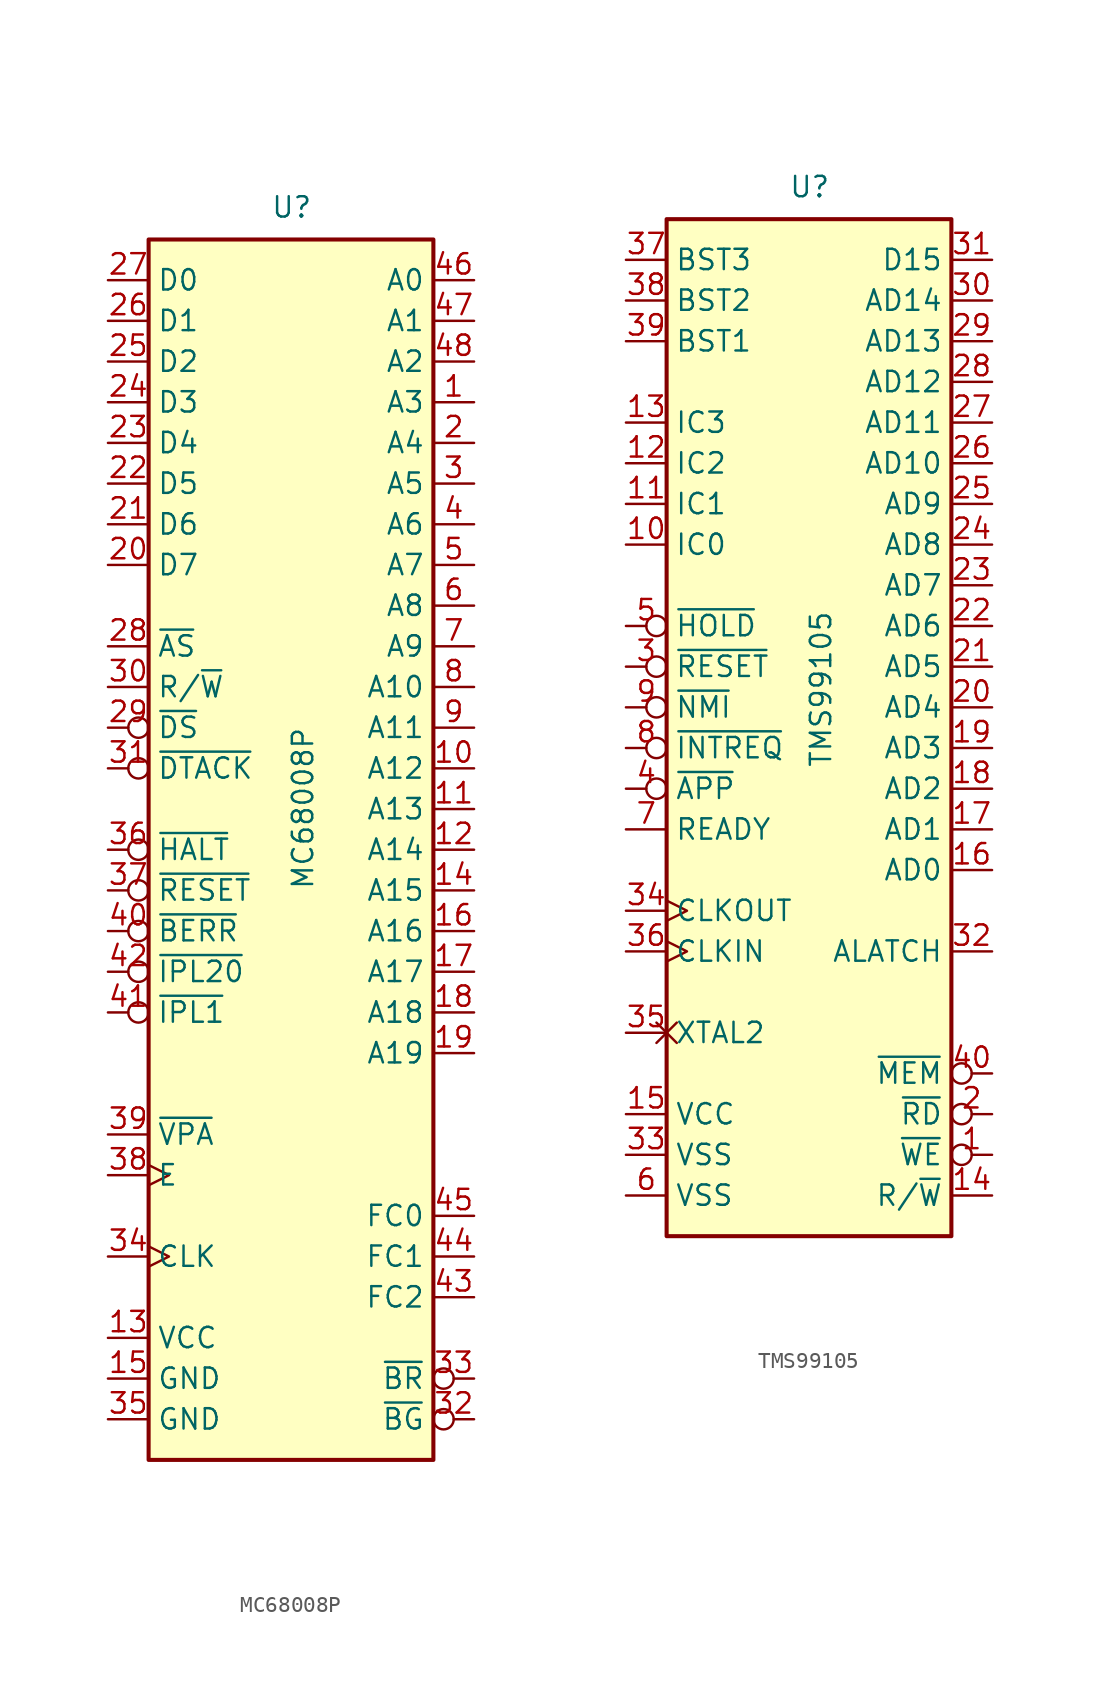
<source format=kicad_sym>
(kicad_symbol_lib
  (version 20211014)
  (generator kicad_symbol_editor)
  (symbol "MC68008P"
    (property "Reference" "U"
      (at -1.27 39.37 0)
      (effects (font (size 1.27 1.27)) (justify left bottom)))
    (property "Value" "MC68008P"
      (at 0 -2.54 90)
      (effects (font (size 1.27 1.27)) (justify left top)))
    (symbol "MC68008P_0_0"
      (pin output line (at 11.43 -5.08 180) (length 2.54) (name "A16" (effects (font (size 1.27 1.27)))) (number "16" (effects (font (size 1.27 1.27)))))
      (pin output line (at 11.43 -7.62 180) (length 2.54) (name "A17" (effects (font (size 1.27 1.27)))) (number "17" (effects (font (size 1.27 1.27)))))
      (pin output line (at 11.43 -10.16 180) (length 2.54) (name "A18" (effects (font (size 1.27 1.27)))) (number "18" (effects (font (size 1.27 1.27)))))
      (pin output line (at 11.43 -12.7 180) (length 2.54) (name "A19" (effects (font (size 1.27 1.27)))) (number "19" (effects (font (size 1.27 1.27)))))
      (pin input inverted (at -11.43 5.08 0) (length 2.54) (name "~{DTACK}" (effects (font (size 1.27 1.27)))) (number "31" (effects (font (size 1.27 1.27)))))
      (pin input inverted (at -11.43 -5.08 0) (length 2.54) (name "~{BERR}" (effects (font (size 1.27 1.27)))) (number "40" (effects (font (size 1.27 1.27)))))
      (pin output line (at 11.43 -27.94 180) (length 2.54) (name "FC2" (effects (font (size 1.27 1.27)))) (number "43" (effects (font (size 1.27 1.27)))))
      (pin output line (at 11.43 -25.4 180) (length 2.54) (name "FC1" (effects (font (size 1.27 1.27)))) (number "44" (effects (font (size 1.27 1.27))))))
    (symbol "MC68008P_0_1"
      (rectangle (start -8.89 -38.1) (end 8.89 38.1) (stroke (width 0.254) (type default) (color 0 0 0 0)) (fill (type background))))
    (symbol "MC68008P_1_1"
      (pin output line (at 11.43 27.94 180) (length 2.54) (name "A3" (effects (font (size 1.27 1.27)))) (number "1" (effects (font (size 1.27 1.27)))))
      (pin output line (at 11.43 5.08 180) (length 2.54) (name "A12" (effects (font (size 1.27 1.27)))) (number "10" (effects (font (size 1.27 1.27)))))
      (pin output line (at 11.43 2.54 180) (length 2.54) (name "A13" (effects (font (size 1.27 1.27)))) (number "11" (effects (font (size 1.27 1.27)))))
      (pin output line (at 11.43 0 180) (length 2.54) (name "A14" (effects (font (size 1.27 1.27)))) (number "12" (effects (font (size 1.27 1.27)))))
      (pin power_in line (at -11.43 -30.48 0) (length 2.54) (name "VCC" (effects (font (size 1.27 1.27)))) (number "13" (effects (font (size 1.27 1.27)))))
      (pin output line (at 11.43 -2.54 180) (length 2.54) (name "A15" (effects (font (size 1.27 1.27)))) (number "14" (effects (font (size 1.27 1.27)))))
      (pin power_in line (at -11.43 -33.02 0) (length 2.54) (name "GND" (effects (font (size 1.27 1.27)))) (number "15" (effects (font (size 1.27 1.27)))))
      (pin output line (at 11.43 25.4 180) (length 2.54) (name "A4" (effects (font (size 1.27 1.27)))) (number "2" (effects (font (size 1.27 1.27)))))
      (pin bidirectional line (at -11.43 17.78 0) (length 2.54) (name "D7" (effects (font (size 1.27 1.27)))) (number "20" (effects (font (size 1.27 1.27)))))
      (pin bidirectional line (at -11.43 20.32 0) (length 2.54) (name "D6" (effects (font (size 1.27 1.27)))) (number "21" (effects (font (size 1.27 1.27)))))
      (pin bidirectional line (at -11.43 22.86 0) (length 2.54) (name "D5" (effects (font (size 1.27 1.27)))) (number "22" (effects (font (size 1.27 1.27)))))
      (pin bidirectional line (at -11.43 25.4 0) (length 2.54) (name "D4" (effects (font (size 1.27 1.27)))) (number "23" (effects (font (size 1.27 1.27)))))
      (pin bidirectional line (at -11.43 27.94 0) (length 2.54) (name "D3" (effects (font (size 1.27 1.27)))) (number "24" (effects (font (size 1.27 1.27)))))
      (pin bidirectional line (at -11.43 30.48 0) (length 2.54) (name "D2" (effects (font (size 1.27 1.27)))) (number "25" (effects (font (size 1.27 1.27)))))
      (pin bidirectional line (at -11.43 33.02 0) (length 2.54) (name "D1" (effects (font (size 1.27 1.27)))) (number "26" (effects (font (size 1.27 1.27)))))
      (pin bidirectional line (at -11.43 35.56 0) (length 2.54) (name "D0" (effects (font (size 1.27 1.27)))) (number "27" (effects (font (size 1.27 1.27)))))
      (pin output line (at -11.43 12.7 0) (length 2.54) (name "~{AS}" (effects (font (size 1.27 1.27)))) (number "28" (effects (font (size 1.27 1.27)))))
      (pin output inverted (at -11.43 7.62 0) (length 2.54) (name "~{DS}" (effects (font (size 1.27 1.27)))) (number "29" (effects (font (size 1.27 1.27)))))
      (pin output line (at 11.43 22.86 180) (length 2.54) (name "A5" (effects (font (size 1.27 1.27)))) (number "3" (effects (font (size 1.27 1.27)))))
      (pin output line (at -11.43 10.16 0) (length 2.54) (name "R/~{W}" (effects (font (size 1.27 1.27)))) (number "30" (effects (font (size 1.27 1.27)))))
      (pin output inverted (at 11.43 -35.56 180) (length 2.54) (name "~{BG}" (effects (font (size 1.27 1.27)))) (number "32" (effects (font (size 1.27 1.27)))))
      (pin input inverted (at 11.43 -33.02 180) (length 2.54) (name "~{BR}" (effects (font (size 1.27 1.27)))) (number "33" (effects (font (size 1.27 1.27)))))
      (pin input clock (at -11.43 -25.4 0) (length 2.54) (name "CLK" (effects (font (size 1.27 1.27)))) (number "34" (effects (font (size 1.27 1.27)))))
      (pin power_in line (at -11.43 -35.56 0) (length 2.54) (name "GND" (effects (font (size 1.27 1.27)))) (number "35" (effects (font (size 1.27 1.27)))))
      (pin bidirectional inverted (at -11.43 0 0) (length 2.54) (name "~{HALT}" (effects (font (size 1.27 1.27)))) (number "36" (effects (font (size 1.27 1.27)))))
      (pin bidirectional inverted (at -11.43 -2.54 0) (length 2.54) (name "~{RESET}" (effects (font (size 1.27 1.27)))) (number "37" (effects (font (size 1.27 1.27)))))
      (pin output clock (at -11.43 -20.32 0) (length 2.54) (name "E" (effects (font (size 1.27 1.27)))) (number "38" (effects (font (size 1.27 1.27)))))
      (pin output line (at -11.43 -17.78 0) (length 2.54) (name "~{VPA}" (effects (font (size 1.27 1.27)))) (number "39" (effects (font (size 1.27 1.27)))))
      (pin output line (at 11.43 20.32 180) (length 2.54) (name "A6" (effects (font (size 1.27 1.27)))) (number "4" (effects (font (size 1.27 1.27)))))
      (pin input inverted (at -11.43 -10.16 0) (length 2.54) (name "~{IPL1}" (effects (font (size 1.27 1.27)))) (number "41" (effects (font (size 1.27 1.27)))))
      (pin input inverted (at -11.43 -7.62 0) (length 2.54) (name "~{IPL20}" (effects (font (size 1.27 1.27)))) (number "42" (effects (font (size 1.27 1.27)))))
      (pin output line (at 11.43 -22.86 180) (length 2.54) (name "FC0" (effects (font (size 1.27 1.27)))) (number "45" (effects (font (size 1.27 1.27)))))
      (pin output line (at 11.43 35.56 180) (length 2.54) (name "A0" (effects (font (size 1.27 1.27)))) (number "46" (effects (font (size 1.27 1.27)))))
      (pin output line (at 11.43 33.02 180) (length 2.54) (name "A1" (effects (font (size 1.27 1.27)))) (number "47" (effects (font (size 1.27 1.27)))))
      (pin output line (at 11.43 30.48 180) (length 2.54) (name "A2" (effects (font (size 1.27 1.27)))) (number "48" (effects (font (size 1.27 1.27)))))
      (pin output line (at 11.43 17.78 180) (length 2.54) (name "A7" (effects (font (size 1.27 1.27)))) (number "5" (effects (font (size 1.27 1.27)))))
      (pin output line (at 11.43 15.24 180) (length 2.54) (name "A8" (effects (font (size 1.27 1.27)))) (number "6" (effects (font (size 1.27 1.27)))))
      (pin output line (at 11.43 12.7 180) (length 2.54) (name "A9" (effects (font (size 1.27 1.27)))) (number "7" (effects (font (size 1.27 1.27)))))
      (pin output line (at 11.43 10.16 180) (length 2.54) (name "A10" (effects (font (size 1.27 1.27)))) (number "8" (effects (font (size 1.27 1.27)))))
      (pin output line (at 11.43 7.62 180) (length 2.54) (name "A11" (effects (font (size 1.27 1.27)))) (number "9" (effects (font (size 1.27 1.27)))))))
  (symbol "TMS99105"
    (property "Reference" "U"
      (at -1.27 31.75 0)
      (effects (font (size 1.27 1.27)) (justify left bottom)))
    (property "Value" "TMS99105"
      (at 0 -3.81 90)
      (effects (font (size 1.27 1.27)) (justify left top)))
    (symbol "TMS99105_0_1"
      (rectangle (start -8.89 -33.02) (end 8.89 30.48) (stroke (width 0.254) (type default) (color 0 0 0 0)) (fill (type background))))
    (symbol "TMS99105_1_1"
      (pin output inverted (at 11.43 -27.94 180) (length 2.54) (name "~{WE}" (effects (font (size 1.27 1.27)))) (number "1" (effects (font (size 1.27 1.27)))))
      (pin input line (at -11.43 10.16 0) (length 2.54) (name "IC0" (effects (font (size 1.27 1.27)))) (number "10" (effects (font (size 1.27 1.27)))))
      (pin input line (at -11.43 12.7 0) (length 2.54) (name "IC1" (effects (font (size 1.27 1.27)))) (number "11" (effects (font (size 1.27 1.27)))))
      (pin input line (at -11.43 15.24 0) (length 2.54) (name "IC2" (effects (font (size 1.27 1.27)))) (number "12" (effects (font (size 1.27 1.27)))))
      (pin input line (at -11.43 17.78 0) (length 2.54) (name "IC3" (effects (font (size 1.27 1.27)))) (number "13" (effects (font (size 1.27 1.27)))))
      (pin output line (at 11.43 -30.48 180) (length 2.54) (name "R/~{W}" (effects (font (size 1.27 1.27)))) (number "14" (effects (font (size 1.27 1.27)))))
      (pin power_in line (at -11.43 -25.4 0) (length 2.54) (name "VCC" (effects (font (size 1.27 1.27)))) (number "15" (effects (font (size 1.27 1.27)))))
      (pin bidirectional line (at 11.43 -10.16 180) (length 2.54) (name "AD0" (effects (font (size 1.27 1.27)))) (number "16" (effects (font (size 1.27 1.27)))))
      (pin bidirectional line (at 11.43 -7.62 180) (length 2.54) (name "AD1" (effects (font (size 1.27 1.27)))) (number "17" (effects (font (size 1.27 1.27)))))
      (pin bidirectional line (at 11.43 -5.08 180) (length 2.54) (name "AD2" (effects (font (size 1.27 1.27)))) (number "18" (effects (font (size 1.27 1.27)))))
      (pin bidirectional line (at 11.43 -2.54 180) (length 2.54) (name "AD3" (effects (font (size 1.27 1.27)))) (number "19" (effects (font (size 1.27 1.27)))))
      (pin output inverted (at 11.43 -25.4 180) (length 2.54) (name "~{RD}" (effects (font (size 1.27 1.27)))) (number "2" (effects (font (size 1.27 1.27)))))
      (pin bidirectional line (at 11.43 0 180) (length 2.54) (name "AD4" (effects (font (size 1.27 1.27)))) (number "20" (effects (font (size 1.27 1.27)))))
      (pin bidirectional line (at 11.43 2.54 180) (length 2.54) (name "AD5" (effects (font (size 1.27 1.27)))) (number "21" (effects (font (size 1.27 1.27)))))
      (pin bidirectional line (at 11.43 5.08 180) (length 2.54) (name "AD6" (effects (font (size 1.27 1.27)))) (number "22" (effects (font (size 1.27 1.27)))))
      (pin bidirectional line (at 11.43 7.62 180) (length 2.54) (name "AD7" (effects (font (size 1.27 1.27)))) (number "23" (effects (font (size 1.27 1.27)))))
      (pin bidirectional line (at 11.43 10.16 180) (length 2.54) (name "AD8" (effects (font (size 1.27 1.27)))) (number "24" (effects (font (size 1.27 1.27)))))
      (pin bidirectional line (at 11.43 12.7 180) (length 2.54) (name "AD9" (effects (font (size 1.27 1.27)))) (number "25" (effects (font (size 1.27 1.27)))))
      (pin bidirectional line (at 11.43 15.24 180) (length 2.54) (name "AD10" (effects (font (size 1.27 1.27)))) (number "26" (effects (font (size 1.27 1.27)))))
      (pin bidirectional line (at 11.43 17.78 180) (length 2.54) (name "AD11" (effects (font (size 1.27 1.27)))) (number "27" (effects (font (size 1.27 1.27)))))
      (pin bidirectional line (at 11.43 20.32 180) (length 2.54) (name "AD12" (effects (font (size 1.27 1.27)))) (number "28" (effects (font (size 1.27 1.27)))))
      (pin bidirectional line (at 11.43 22.86 180) (length 2.54) (name "AD13" (effects (font (size 1.27 1.27)))) (number "29" (effects (font (size 1.27 1.27)))))
      (pin input inverted (at -11.43 2.54 0) (length 2.54) (name "~{RESET}" (effects (font (size 1.27 1.27)))) (number "3" (effects (font (size 1.27 1.27)))))
      (pin bidirectional line (at 11.43 25.4 180) (length 2.54) (name "AD14" (effects (font (size 1.27 1.27)))) (number "30" (effects (font (size 1.27 1.27)))))
      (pin bidirectional line (at 11.43 27.94 180) (length 2.54) (name "D15" (effects (font (size 1.27 1.27)))) (number "31" (effects (font (size 1.27 1.27)))))
      (pin output line (at 11.43 -15.24 180) (length 2.54) (name "ALATCH" (effects (font (size 1.27 1.27)))) (number "32" (effects (font (size 1.27 1.27)))))
      (pin power_in line (at -11.43 -27.94 0) (length 2.54) (name "VSS" (effects (font (size 1.27 1.27)))) (number "33" (effects (font (size 1.27 1.27)))))
      (pin output clock (at -11.43 -12.7 0) (length 2.54) (name "CLKOUT" (effects (font (size 1.27 1.27)))) (number "34" (effects (font (size 1.27 1.27)))))
      (pin passive non_logic (at -11.43 -20.32 0) (length 2.54) (name "XTAL2" (effects (font (size 1.27 1.27)))) (number "35" (effects (font (size 1.27 1.27)))))
      (pin input clock (at -11.43 -15.24 0) (length 2.54) (name "CLKIN" (effects (font (size 1.27 1.27)))) (number "36" (effects (font (size 1.27 1.27)))))
      (pin output line (at -11.43 27.94 0) (length 2.54) (name "BST3" (effects (font (size 1.27 1.27)))) (number "37" (effects (font (size 1.27 1.27)))))
      (pin output line (at -11.43 25.4 0) (length 2.54) (name "BST2" (effects (font (size 1.27 1.27)))) (number "38" (effects (font (size 1.27 1.27)))))
      (pin output line (at -11.43 22.86 0) (length 2.54) (name "BST1" (effects (font (size 1.27 1.27)))) (number "39" (effects (font (size 1.27 1.27)))))
      (pin input inverted (at -11.43 -5.08 0) (length 2.54) (name "~{APP}" (effects (font (size 1.27 1.27)))) (number "4" (effects (font (size 1.27 1.27)))))
      (pin output inverted (at 11.43 -22.86 180) (length 2.54) (name "~{MEM}" (effects (font (size 1.27 1.27)))) (number "40" (effects (font (size 1.27 1.27)))))
      (pin input inverted (at -11.43 5.08 0) (length 2.54) (name "~{HOLD}" (effects (font (size 1.27 1.27)))) (number "5" (effects (font (size 1.27 1.27)))))
      (pin power_in line (at -11.43 -30.48 0) (length 2.54) (name "VSS" (effects (font (size 1.27 1.27)))) (number "6" (effects (font (size 1.27 1.27)))))
      (pin input line (at -11.43 -7.62 0) (length 2.54) (name "READY" (effects (font (size 1.27 1.27)))) (number "7" (effects (font (size 1.27 1.27)))))
      (pin input inverted (at -11.43 -2.54 0) (length 2.54) (name "~{INTREQ}" (effects (font (size 1.27 1.27)))) (number "8" (effects (font (size 1.27 1.27)))))
      (pin input inverted (at -11.43 0 0) (length 2.54) (name "~{NMI}" (effects (font (size 1.27 1.27)))) (number "9" (effects (font (size 1.27 1.27))))))))
</source>
